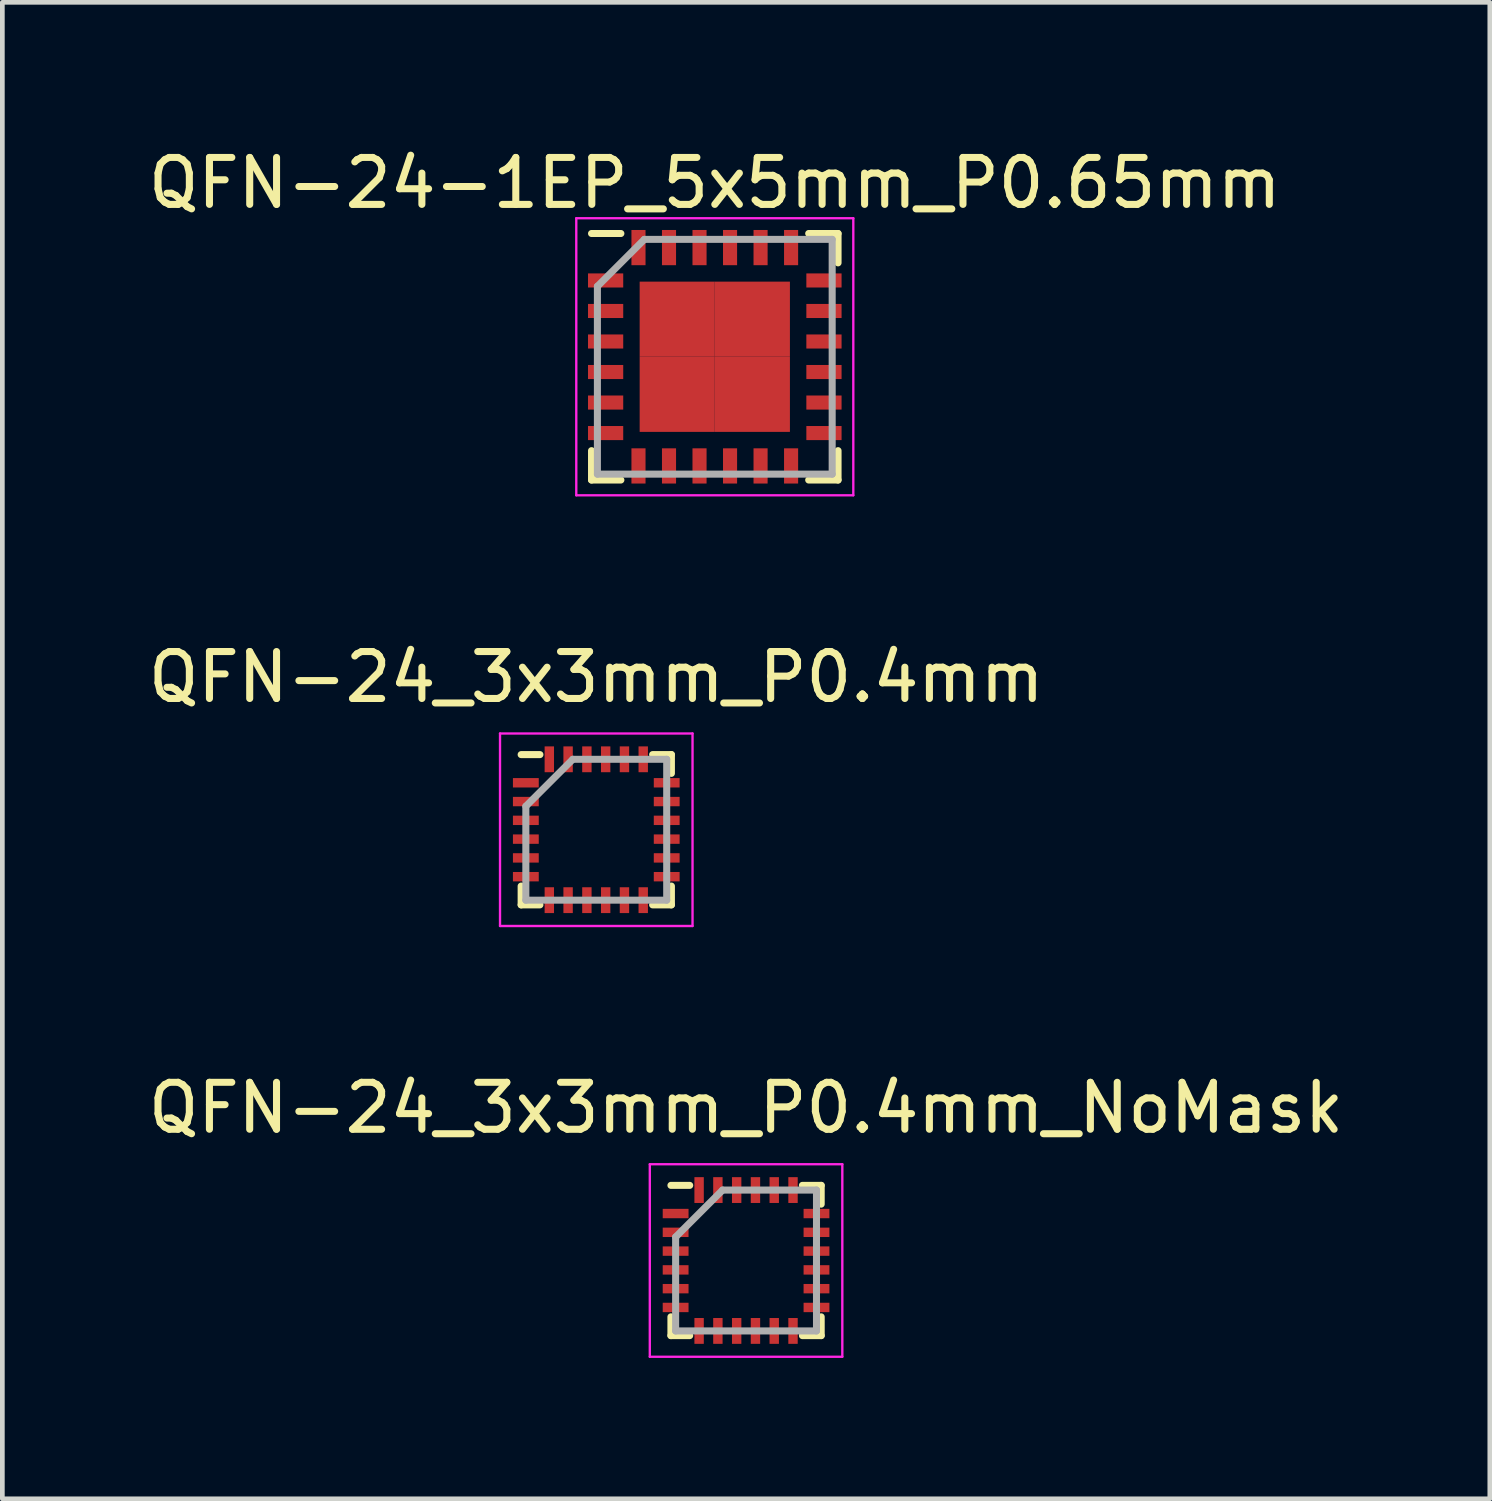
<source format=kicad_pcb>
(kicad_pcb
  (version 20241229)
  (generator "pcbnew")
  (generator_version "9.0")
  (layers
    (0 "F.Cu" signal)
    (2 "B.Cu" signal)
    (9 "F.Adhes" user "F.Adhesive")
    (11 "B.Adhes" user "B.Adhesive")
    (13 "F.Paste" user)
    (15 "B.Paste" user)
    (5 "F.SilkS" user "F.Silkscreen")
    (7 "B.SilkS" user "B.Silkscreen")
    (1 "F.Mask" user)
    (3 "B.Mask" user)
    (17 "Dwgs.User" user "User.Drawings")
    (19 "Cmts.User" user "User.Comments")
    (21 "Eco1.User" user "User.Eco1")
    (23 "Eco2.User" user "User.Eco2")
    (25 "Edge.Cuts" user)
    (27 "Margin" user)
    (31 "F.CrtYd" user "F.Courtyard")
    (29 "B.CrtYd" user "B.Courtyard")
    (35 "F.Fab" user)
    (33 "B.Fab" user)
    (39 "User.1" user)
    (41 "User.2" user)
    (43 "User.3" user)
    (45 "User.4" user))
  (footprint "QFN-24-1EP_5x5mm_P0.65mm"
    (layer "F.Cu")
    (at 12.173 4.548)
    (property "Reference" "QFN-24-1EP_5x5mm_P0.65mm" (at 0 -3.7 0) (layer "F.SilkS") (effects (font (size 1 1) (thickness 0.15))))
    (attr smd)
    (fp_line (start -2.625 -2.625) (end -2 -2.625) (stroke (width 0.15) (type solid)) (layer "F.SilkS"))
    (fp_line (start -2.625 2.625) (end -2.625 2) (stroke (width 0.15) (type solid)) (layer "F.SilkS"))
    (fp_line (start -2.625 2.625) (end -2 2.625) (stroke (width 0.15) (type solid)) (layer "F.SilkS"))
    (fp_line (start 2.625 -2.625) (end 2 -2.625) (stroke (width 0.15) (type solid)) (layer "F.SilkS"))
    (fp_line (start 2.625 -2.625) (end 2.625 -2) (stroke (width 0.15) (type solid)) (layer "F.SilkS"))
    (fp_line (start 2.625 2.625) (end 2 2.625) (stroke (width 0.15) (type solid)) (layer "F.SilkS"))
    (fp_line (start 2.625 2.625) (end 2.625 2) (stroke (width 0.15) (type solid)) (layer "F.SilkS"))
    (fp_line (start -2.95 -2.95) (end -2.95 2.95) (stroke (width 0.05) (type solid)) (layer "F.CrtYd"))
    (fp_line (start -2.95 -2.95) (end 2.95 -2.95) (stroke (width 0.05) (type solid)) (layer "F.CrtYd"))
    (fp_line (start -2.95 2.95) (end 2.95 2.95) (stroke (width 0.05) (type solid)) (layer "F.CrtYd"))
    (fp_line (start 2.95 -2.95) (end 2.95 2.95) (stroke (width 0.05) (type solid)) (layer "F.CrtYd"))
    (fp_line (start -2.5 -1.5) (end -1.5 -2.5) (stroke (width 0.15) (type solid)) (layer "F.Fab"))
    (fp_line (start -2.5 2.5) (end -2.5 -1.5) (stroke (width 0.15) (type solid)) (layer "F.Fab"))
    (fp_line (start -1.5 -2.5) (end 2.5 -2.5) (stroke (width 0.15) (type solid)) (layer "F.Fab"))
    (fp_line (start 2.5 -2.5) (end 2.5 2.5) (stroke (width 0.15) (type solid)) (layer "F.Fab"))
    (fp_line (start 2.5 2.5) (end -2.5 2.5) (stroke (width 0.15) (type solid)) (layer "F.Fab"))
    (pad "1" smd rect (at -2.325 -1.625) (size 0.75 0.3) (layers "F.Cu" "F.Mask" "F.Paste"))
    (pad "2" smd rect (at -2.325 -0.975) (size 0.75 0.3) (layers "F.Cu" "F.Mask" "F.Paste"))
    (pad "3" smd rect (at -2.325 -0.325) (size 0.75 0.3) (layers "F.Cu" "F.Mask" "F.Paste"))
    (pad "4" smd rect (at -2.325 0.325) (size 0.75 0.3) (layers "F.Cu" "F.Mask" "F.Paste"))
    (pad "5" smd rect (at -2.325 0.975) (size 0.75 0.3) (layers "F.Cu" "F.Mask" "F.Paste"))
    (pad "6" smd rect (at -2.325 1.625) (size 0.75 0.3) (layers "F.Cu" "F.Mask" "F.Paste"))
    (pad "7" smd rect (at -1.625 2.325 90) (size 0.75 0.3) (layers "F.Cu" "F.Mask" "F.Paste"))
    (pad "8" smd rect (at -0.975 2.325 90) (size 0.75 0.3) (layers "F.Cu" "F.Mask" "F.Paste"))
    (pad "9" smd rect (at -0.325 2.325 90) (size 0.75 0.3) (layers "F.Cu" "F.Mask" "F.Paste"))
    (pad "10" smd rect (at 0.325 2.325 90) (size 0.75 0.3) (layers "F.Cu" "F.Mask" "F.Paste"))
    (pad "11" smd rect (at 0.975 2.325 90) (size 0.75 0.3) (layers "F.Cu" "F.Mask" "F.Paste"))
    (pad "12" smd rect (at 1.625 2.325 90) (size 0.75 0.3) (layers "F.Cu" "F.Mask" "F.Paste"))
    (pad "13" smd rect (at 2.325 1.625) (size 0.75 0.3) (layers "F.Cu" "F.Mask" "F.Paste"))
    (pad "14" smd rect (at 2.325 0.975) (size 0.75 0.3) (layers "F.Cu" "F.Mask" "F.Paste"))
    (pad "15" smd rect (at 2.325 0.325) (size 0.75 0.3) (layers "F.Cu" "F.Mask" "F.Paste"))
    (pad "16" smd rect (at 2.325 -0.325) (size 0.75 0.3) (layers "F.Cu" "F.Mask" "F.Paste"))
    (pad "17" smd rect (at 2.325 -0.975) (size 0.75 0.3) (layers "F.Cu" "F.Mask" "F.Paste"))
    (pad "18" smd rect (at 2.325 -1.625) (size 0.75 0.3) (layers "F.Cu" "F.Mask" "F.Paste"))
    (pad "19" smd rect (at 1.625 -2.325 90) (size 0.75 0.3) (layers "F.Cu" "F.Mask" "F.Paste"))
    (pad "20" smd rect (at 0.975 -2.325 90) (size 0.75 0.3) (layers "F.Cu" "F.Mask" "F.Paste"))
    (pad "21" smd rect (at 0.325 -2.325 90) (size 0.75 0.3) (layers "F.Cu" "F.Mask" "F.Paste"))
    (pad "22" smd rect (at -0.325 -2.325 90) (size 0.75 0.3) (layers "F.Cu" "F.Mask" "F.Paste"))
    (pad "23" smd rect (at -0.975 -2.325 90) (size 0.75 0.3) (layers "F.Cu" "F.Mask" "F.Paste"))
    (pad "24" smd rect (at -1.625 -2.325 90) (size 0.75 0.3) (layers "F.Cu" "F.Mask" "F.Paste"))
    (pad "25" smd rect (at -0.8 -0.8) (size 1.6 1.6) (layers "F.Cu" "F.Mask" "F.Paste"))
    (pad "25" smd rect (at -0.8 0.8) (size 1.6 1.6) (layers "F.Cu" "F.Mask" "F.Paste"))
    (pad "25" smd rect (at 0.8 -0.8) (size 1.6 1.6) (layers "F.Cu" "F.Mask" "F.Paste"))
    (pad "25" smd rect (at 0.8 0.8) (size 1.6 1.6) (layers "F.Cu" "F.Mask" "F.Paste")))
  (footprint "QFN-24_3x3mm_P0.4mm_NoMask"
    (layer "F.Cu")
    (at 12.839 23.795)
    (property "Reference" "QFN-24_3x3mm_P0.4mm_NoMask" (at 0 -3.25 0) (layer "F.SilkS") (effects (font (size 1 1) (thickness 0.15))))
    (attr smd)
    (fp_line (start -1.6 -1.6) (end -1.2 -1.6) (stroke (width 0.15) (type solid)) (layer "F.SilkS"))
    (fp_line (start -1.6 1.6) (end -1.6 1.2) (stroke (width 0.15) (type solid)) (layer "F.SilkS"))
    (fp_line (start -1.6 1.6) (end -1.2 1.6) (stroke (width 0.15) (type solid)) (layer "F.SilkS"))
    (fp_line (start 1.6 -1.6) (end 1.2 -1.6) (stroke (width 0.15) (type solid)) (layer "F.SilkS"))
    (fp_line (start 1.6 -1.6) (end 1.6 -1.2) (stroke (width 0.15) (type solid)) (layer "F.SilkS"))
    (fp_line (start 1.6 1.6) (end 1.2 1.6) (stroke (width 0.15) (type solid)) (layer "F.SilkS"))
    (fp_line (start 1.6 1.6) (end 1.6 1.2) (stroke (width 0.15) (type solid)) (layer "F.SilkS"))
    (fp_line (start -2.05 -2.05) (end 2.05 -2.05) (stroke (width 0.05) (type solid)) (layer "F.CrtYd"))
    (fp_line (start -2.05 2.05) (end -2.05 -2.05) (stroke (width 0.05) (type solid)) (layer "F.CrtYd"))
    (fp_line (start 2.05 -2.05) (end 2.05 2.05) (stroke (width 0.05) (type solid)) (layer "F.CrtYd"))
    (fp_line (start 2.05 2.05) (end -2.05 2.05) (stroke (width 0.05) (type solid)) (layer "F.CrtYd"))
    (fp_line (start -1.5 -0.5) (end -0.5 -1.5) (stroke (width 0.15) (type solid)) (layer "F.Fab"))
    (fp_line (start -1.5 1.5) (end -1.5 -0.5) (stroke (width 0.15) (type solid)) (layer "F.Fab"))
    (fp_line (start -0.5 -1.5) (end 1.5 -1.5) (stroke (width 0.15) (type solid)) (layer "F.Fab"))
    (fp_line (start 1.5 -1.5) (end 1.5 1.5) (stroke (width 0.15) (type solid)) (layer "F.Fab"))
    (fp_line (start 1.5 1.5) (end -1.5 1.5) (stroke (width 0.15) (type solid)) (layer "F.Fab"))
    (pad "" smd rect (at 0 0) (size 1.75 1.75) (layers "F.Mask"))
    (pad "1" smd rect (at -1.5 -1) (size 0.55 0.2) (layers "F.Cu" "F.Mask" "F.Paste"))
    (pad "2" smd rect (at -1.5 -0.6) (size 0.55 0.2) (layers "F.Cu" "F.Mask" "F.Paste"))
    (pad "3" smd rect (at -1.5 -0.2) (size 0.55 0.2) (layers "F.Cu" "F.Mask" "F.Paste"))
    (pad "4" smd rect (at -1.5 0.2) (size 0.55 0.2) (layers "F.Cu" "F.Mask" "F.Paste"))
    (pad "5" smd rect (at -1.5 0.6) (size 0.55 0.2) (layers "F.Cu" "F.Mask" "F.Paste"))
    (pad "6" smd rect (at -1.5 1) (size 0.55 0.2) (layers "F.Cu" "F.Mask" "F.Paste"))
    (pad "7" smd rect (at -1 1.5 90) (size 0.55 0.2) (layers "F.Cu" "F.Mask" "F.Paste"))
    (pad "8" smd rect (at -0.6 1.5 90) (size 0.55 0.2) (layers "F.Cu" "F.Mask" "F.Paste"))
    (pad "9" smd rect (at -0.2 1.5 90) (size 0.55 0.2) (layers "F.Cu" "F.Mask" "F.Paste"))
    (pad "10" smd rect (at 0.2 1.5 90) (size 0.55 0.2) (layers "F.Cu" "F.Mask" "F.Paste"))
    (pad "11" smd rect (at 0.6 1.5 90) (size 0.55 0.2) (layers "F.Cu" "F.Mask" "F.Paste"))
    (pad "12" smd rect (at 1 1.5 90) (size 0.55 0.2) (layers "F.Cu" "F.Mask" "F.Paste"))
    (pad "13" smd rect (at 1.5 1) (size 0.55 0.2) (layers "F.Cu" "F.Mask" "F.Paste"))
    (pad "14" smd rect (at 1.5 0.6) (size 0.55 0.2) (layers "F.Cu" "F.Mask" "F.Paste"))
    (pad "15" smd rect (at 1.5 0.2) (size 0.55 0.2) (layers "F.Cu" "F.Mask" "F.Paste"))
    (pad "16" smd rect (at 1.5 -0.2) (size 0.55 0.2) (layers "F.Cu" "F.Mask" "F.Paste"))
    (pad "17" smd rect (at 1.5 -0.6) (size 0.55 0.2) (layers "F.Cu" "F.Mask" "F.Paste"))
    (pad "18" smd rect (at 1.5 -1) (size 0.55 0.2) (layers "F.Cu" "F.Mask" "F.Paste"))
    (pad "19" smd rect (at 1 -1.5 90) (size 0.55 0.2) (layers "F.Cu" "F.Mask" "F.Paste"))
    (pad "20" smd rect (at 0.6 -1.5 90) (size 0.55 0.2) (layers "F.Cu" "F.Mask" "F.Paste"))
    (pad "21" smd rect (at 0.2 -1.5 90) (size 0.55 0.2) (layers "F.Cu" "F.Mask" "F.Paste"))
    (pad "22" smd rect (at -0.2 -1.5 90) (size 0.55 0.2) (layers "F.Cu" "F.Mask" "F.Paste"))
    (pad "23" smd rect (at -0.6 -1.5 90) (size 0.55 0.2) (layers "F.Cu" "F.Mask" "F.Paste"))
    (pad "24" smd rect (at -1 -1.5 90) (size 0.55 0.2) (layers "F.Cu" "F.Mask" "F.Paste")))
  (footprint "QFN-24_3x3mm_P0.4mm"
    (layer "F.Cu")
    (at 9.649 14.621)
    (property "Reference" "QFN-24_3x3mm_P0.4mm" (at 0 -3.25 0) (layer "F.SilkS") (effects (font (size 1 1) (thickness 0.15))))
    (attr smd)
    (fp_line (start -1.6 -1.6) (end -1.2 -1.6) (stroke (width 0.15) (type solid)) (layer "F.SilkS"))
    (fp_line (start -1.6 1.6) (end -1.6 1.2) (stroke (width 0.15) (type solid)) (layer "F.SilkS"))
    (fp_line (start -1.6 1.6) (end -1.2 1.6) (stroke (width 0.15) (type solid)) (layer "F.SilkS"))
    (fp_line (start 1.6 -1.6) (end 1.2 -1.6) (stroke (width 0.15) (type solid)) (layer "F.SilkS"))
    (fp_line (start 1.6 -1.6) (end 1.6 -1.2) (stroke (width 0.15) (type solid)) (layer "F.SilkS"))
    (fp_line (start 1.6 1.6) (end 1.2 1.6) (stroke (width 0.15) (type solid)) (layer "F.SilkS"))
    (fp_line (start 1.6 1.6) (end 1.6 1.2) (stroke (width 0.15) (type solid)) (layer "F.SilkS"))
    (fp_line (start -2.05 -2.05) (end 2.05 -2.05) (stroke (width 0.05) (type solid)) (layer "F.CrtYd"))
    (fp_line (start -2.05 2.05) (end -2.05 -2.05) (stroke (width 0.05) (type solid)) (layer "F.CrtYd"))
    (fp_line (start 2.05 -2.05) (end 2.05 2.05) (stroke (width 0.05) (type solid)) (layer "F.CrtYd"))
    (fp_line (start 2.05 2.05) (end -2.05 2.05) (stroke (width 0.05) (type solid)) (layer "F.CrtYd"))
    (fp_line (start -1.5 -0.5) (end -0.5 -1.5) (stroke (width 0.15) (type solid)) (layer "F.Fab"))
    (fp_line (start -1.5 1.5) (end -1.5 -0.5) (stroke (width 0.15) (type solid)) (layer "F.Fab"))
    (fp_line (start -0.5 -1.5) (end 1.5 -1.5) (stroke (width 0.15) (type solid)) (layer "F.Fab"))
    (fp_line (start 1.5 -1.5) (end 1.5 1.5) (stroke (width 0.15) (type solid)) (layer "F.Fab"))
    (fp_line (start 1.5 1.5) (end -1.5 1.5) (stroke (width 0.15) (type solid)) (layer "F.Fab"))
    (pad "1" smd rect (at -1.5 -1) (size 0.55 0.2) (layers "F.Cu" "F.Mask" "F.Paste"))
    (pad "2" smd rect (at -1.5 -0.6) (size 0.55 0.2) (layers "F.Cu" "F.Mask" "F.Paste"))
    (pad "3" smd rect (at -1.5 -0.2) (size 0.55 0.2) (layers "F.Cu" "F.Mask" "F.Paste"))
    (pad "4" smd rect (at -1.5 0.2) (size 0.55 0.2) (layers "F.Cu" "F.Mask" "F.Paste"))
    (pad "5" smd rect (at -1.5 0.6) (size 0.55 0.2) (layers "F.Cu" "F.Mask" "F.Paste"))
    (pad "6" smd rect (at -1.5 1) (size 0.55 0.2) (layers "F.Cu" "F.Mask" "F.Paste"))
    (pad "7" smd rect (at -1 1.5 90) (size 0.55 0.2) (layers "F.Cu" "F.Mask" "F.Paste"))
    (pad "8" smd rect (at -0.6 1.5 90) (size 0.55 0.2) (layers "F.Cu" "F.Mask" "F.Paste"))
    (pad "9" smd rect (at -0.2 1.5 90) (size 0.55 0.2) (layers "F.Cu" "F.Mask" "F.Paste"))
    (pad "10" smd rect (at 0.2 1.5 90) (size 0.55 0.2) (layers "F.Cu" "F.Mask" "F.Paste"))
    (pad "11" smd rect (at 0.6 1.5 90) (size 0.55 0.2) (layers "F.Cu" "F.Mask" "F.Paste"))
    (pad "12" smd rect (at 1 1.5 90) (size 0.55 0.2) (layers "F.Cu" "F.Mask" "F.Paste"))
    (pad "13" smd rect (at 1.5 1) (size 0.55 0.2) (layers "F.Cu" "F.Mask" "F.Paste"))
    (pad "14" smd rect (at 1.5 0.6) (size 0.55 0.2) (layers "F.Cu" "F.Mask" "F.Paste"))
    (pad "15" smd rect (at 1.5 0.2) (size 0.55 0.2) (layers "F.Cu" "F.Mask" "F.Paste"))
    (pad "16" smd rect (at 1.5 -0.2) (size 0.55 0.2) (layers "F.Cu" "F.Mask" "F.Paste"))
    (pad "17" smd rect (at 1.5 -0.6) (size 0.55 0.2) (layers "F.Cu" "F.Mask" "F.Paste"))
    (pad "18" smd rect (at 1.5 -1) (size 0.55 0.2) (layers "F.Cu" "F.Mask" "F.Paste"))
    (pad "19" smd rect (at 1 -1.5 90) (size 0.55 0.2) (layers "F.Cu" "F.Mask" "F.Paste"))
    (pad "20" smd rect (at 0.6 -1.5 90) (size 0.55 0.2) (layers "F.Cu" "F.Mask" "F.Paste"))
    (pad "21" smd rect (at 0.2 -1.5 90) (size 0.55 0.2) (layers "F.Cu" "F.Mask" "F.Paste"))
    (pad "22" smd rect (at -0.2 -1.5 90) (size 0.55 0.2) (layers "F.Cu" "F.Mask" "F.Paste"))
    (pad "23" smd rect (at -0.6 -1.5 90) (size 0.55 0.2) (layers "F.Cu" "F.Mask" "F.Paste"))
    (pad "24" smd rect (at -1 -1.5 90) (size 0.55 0.2) (layers "F.Cu" "F.Mask" "F.Paste")))
  (gr_rect
    (start -3 -3)
    (end 28.679 28.87)
    (stroke (width 0.1) (type default))
    (fill no)
    (layer "Edge.Cuts")))
</source>
